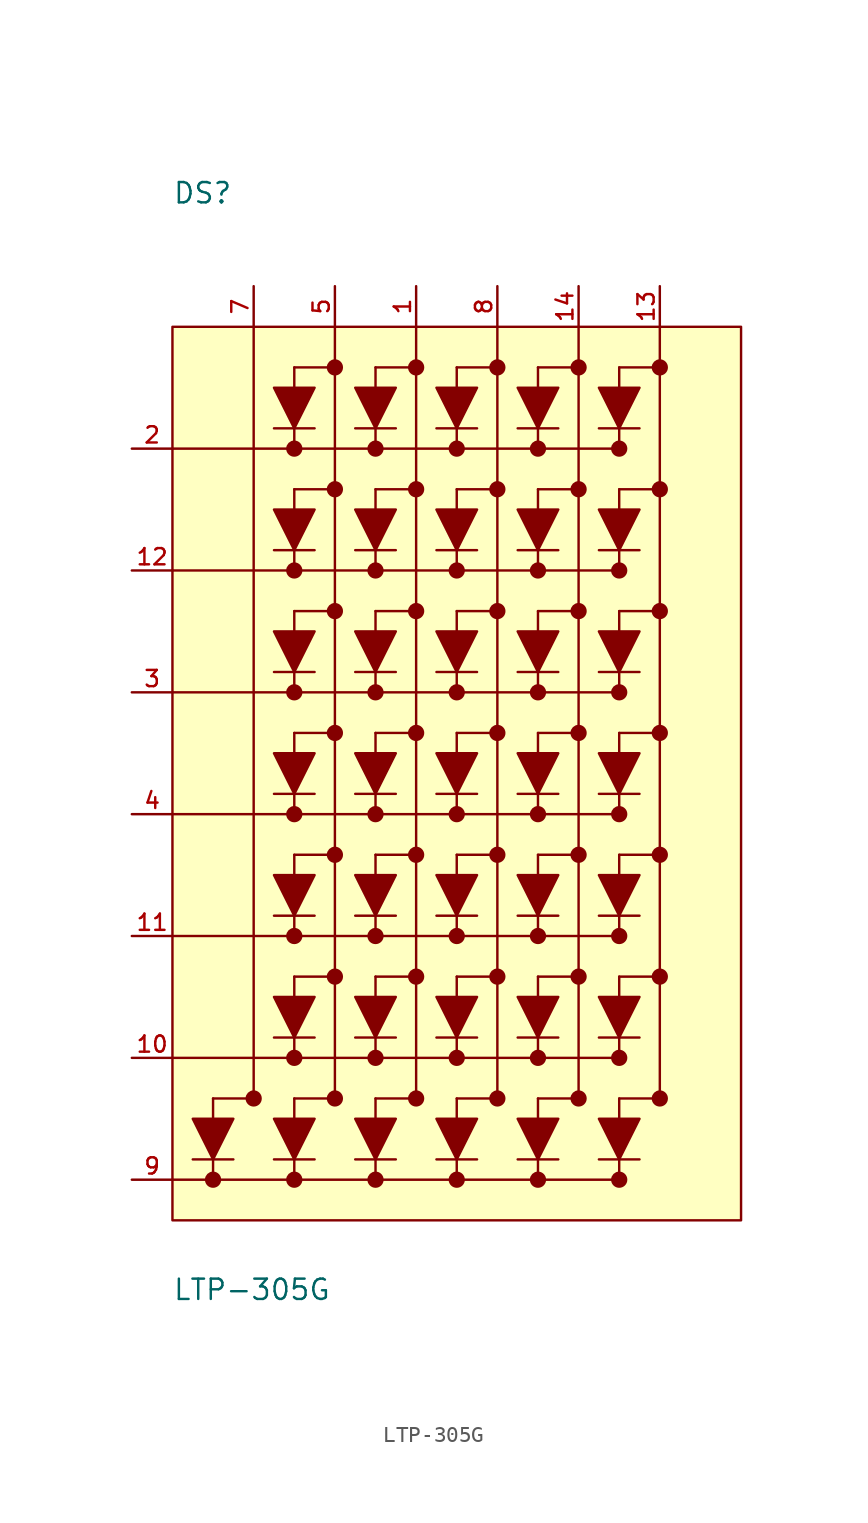
<source format=kicad_sym>
(kicad_symbol_lib
  (version 20220914)
  (generator kicad_symbol_editor)
  (symbol "LTP-305G"
    (pin_names
      (offset 1.016))
    (property "Reference" "DS"
      (at -17.78 35.56 0)
      (effects (font (size 1.27 1.27)) (justify left bottom)))
    (property "Value" "LTP-305G"
      (at -17.78 -33.02 0)
      (effects (font (size 1.27 1.27)) (justify left bottom)))
    (symbol "LTP-305G_0_0"
      (rectangle (start -17.78 -27.94) (end 17.78 27.94) (stroke (width 0.152) (type default)) (fill (type background)))
      (circle (center -15.24 -25.4) (radius 0.254) (stroke (width 0.508) (type default)) (fill (type none)))
      (circle (center -12.7 -20.32) (radius 0.254) (stroke (width 0.508) (type default)) (fill (type none)))
      (circle (center -10.16 -25.4) (radius 0.254) (stroke (width 0.508) (type default)) (fill (type none)))
      (circle (center -10.16 -17.78) (radius 0.254) (stroke (width 0.508) (type default)) (fill (type none)))
      (circle (center -10.16 -10.16) (radius 0.254) (stroke (width 0.508) (type default)) (fill (type none)))
      (circle (center -10.16 -2.54) (radius 0.254) (stroke (width 0.508) (type default)) (fill (type none)))
      (circle (center -10.16 5.08) (radius 0.254) (stroke (width 0.508) (type default)) (fill (type none)))
      (circle (center -10.16 12.7) (radius 0.254) (stroke (width 0.508) (type default)) (fill (type none)))
      (circle (center -10.16 20.32) (radius 0.254) (stroke (width 0.508) (type default)) (fill (type none)))
      (circle (center -7.62 -20.32) (radius 0.254) (stroke (width 0.508) (type default)) (fill (type none)))
      (circle (center -7.62 -12.7) (radius 0.254) (stroke (width 0.508) (type default)) (fill (type none)))
      (circle (center -7.62 -5.08) (radius 0.254) (stroke (width 0.508) (type default)) (fill (type none)))
      (circle (center -7.62 2.54) (radius 0.254) (stroke (width 0.508) (type default)) (fill (type none)))
      (circle (center -7.62 10.16) (radius 0.254) (stroke (width 0.508) (type default)) (fill (type none)))
      (circle (center -7.62 17.78) (radius 0.254) (stroke (width 0.508) (type default)) (fill (type none)))
      (circle (center -7.62 25.4) (radius 0.254) (stroke (width 0.508) (type default)) (fill (type none)))
      (circle (center -5.08 -25.4) (radius 0.254) (stroke (width 0.508) (type default)) (fill (type none)))
      (circle (center -5.08 -17.78) (radius 0.254) (stroke (width 0.508) (type default)) (fill (type none)))
      (circle (center -5.08 -10.16) (radius 0.254) (stroke (width 0.508) (type default)) (fill (type none)))
      (circle (center -5.08 -2.54) (radius 0.254) (stroke (width 0.508) (type default)) (fill (type none)))
      (circle (center -5.08 5.08) (radius 0.254) (stroke (width 0.508) (type default)) (fill (type none)))
      (circle (center -5.08 12.7) (radius 0.254) (stroke (width 0.508) (type default)) (fill (type none)))
      (circle (center -5.08 20.32) (radius 0.254) (stroke (width 0.508) (type default)) (fill (type none)))
      (circle (center -2.54 -20.32) (radius 0.254) (stroke (width 0.508) (type default)) (fill (type none)))
      (circle (center -2.54 -12.7) (radius 0.254) (stroke (width 0.508) (type default)) (fill (type none)))
      (circle (center -2.54 -5.08) (radius 0.254) (stroke (width 0.508) (type default)) (fill (type none)))
      (circle (center -2.54 2.54) (radius 0.254) (stroke (width 0.508) (type default)) (fill (type none)))
      (circle (center -2.54 10.16) (radius 0.254) (stroke (width 0.508) (type default)) (fill (type none)))
      (circle (center -2.54 17.78) (radius 0.254) (stroke (width 0.508) (type default)) (fill (type none)))
      (circle (center -2.54 25.4) (radius 0.254) (stroke (width 0.508) (type default)) (fill (type none)))
      (circle (center 0 -25.4) (radius 0.254) (stroke (width 0.508) (type default)) (fill (type none)))
      (circle (center 0 -17.78) (radius 0.254) (stroke (width 0.508) (type default)) (fill (type none)))
      (circle (center 0 -10.16) (radius 0.254) (stroke (width 0.508) (type default)) (fill (type none)))
      (circle (center 0 -2.54) (radius 0.254) (stroke (width 0.508) (type default)) (fill (type none)))
      (polyline (pts (xy -17.78 -25.4) (xy -15.24 -25.4)) (stroke (width 0.152) (type default)) (fill (type none)))
      (polyline (pts (xy -17.78 -17.78) (xy 10.16 -17.78)) (stroke (width 0.152) (type default)) (fill (type none)))
      (polyline (pts (xy -17.78 -10.16) (xy 10.16 -10.16)) (stroke (width 0.152) (type default)) (fill (type none)))
      (polyline (pts (xy -17.78 -2.54) (xy 10.16 -2.54)) (stroke (width 0.152) (type default)) (fill (type none)))
      (polyline (pts (xy -17.78 5.08) (xy 10.16 5.08)) (stroke (width 0.152) (type default)) (fill (type none)))
      (polyline (pts (xy -17.78 12.7) (xy 10.16 12.7)) (stroke (width 0.152) (type default)) (fill (type none)))
      (polyline (pts (xy -17.78 20.32) (xy 10.16 20.32)) (stroke (width 0.152) (type default)) (fill (type none)))
      (polyline (pts (xy -16.51 -24.13) (xy -13.97 -24.13)) (stroke (width 0.152) (type default)) (fill (type none)))
      (polyline (pts (xy -15.24 -25.4) (xy -15.24 -20.32)) (stroke (width 0.152) (type default)) (fill (type none)))
      (polyline (pts (xy -15.24 -25.4) (xy 10.16 -25.4)) (stroke (width 0.152) (type default)) (fill (type none)))
      (polyline (pts (xy -12.7 -20.32) (xy -15.24 -20.32)) (stroke (width 0.152) (type default)) (fill (type none)))
      (polyline (pts (xy -12.7 27.94) (xy -12.7 -20.32)) (stroke (width 0.152) (type default)) (fill (type none)))
      (polyline (pts (xy -11.43 -24.13) (xy -8.89 -24.13)) (stroke (width 0.152) (type default)) (fill (type none)))
      (polyline (pts (xy -11.43 -16.51) (xy -8.89 -16.51)) (stroke (width 0.152) (type default)) (fill (type none)))
      (polyline (pts (xy -11.43 -8.89) (xy -8.89 -8.89)) (stroke (width 0.152) (type default)) (fill (type none)))
      (polyline (pts (xy -11.43 -1.27) (xy -8.89 -1.27)) (stroke (width 0.152) (type default)) (fill (type none)))
      (polyline (pts (xy -11.43 6.35) (xy -8.89 6.35)) (stroke (width 0.152) (type default)) (fill (type none)))
      (polyline (pts (xy -11.43 13.97) (xy -8.89 13.97)) (stroke (width 0.152) (type default)) (fill (type none)))
      (polyline (pts (xy -11.43 21.59) (xy -8.89 21.59)) (stroke (width 0.152) (type default)) (fill (type none)))
      (polyline (pts (xy -10.16 -25.4) (xy -10.16 -20.32)) (stroke (width 0.152) (type default)) (fill (type none)))
      (polyline (pts (xy -10.16 -17.78) (xy -10.16 -12.7)) (stroke (width 0.152) (type default)) (fill (type none)))
      (polyline (pts (xy -10.16 -10.16) (xy -10.16 -5.08)) (stroke (width 0.152) (type default)) (fill (type none)))
      (polyline (pts (xy -10.16 -2.54) (xy -10.16 2.54)) (stroke (width 0.152) (type default)) (fill (type none)))
      (polyline (pts (xy -10.16 5.08) (xy -10.16 10.16)) (stroke (width 0.152) (type default)) (fill (type none)))
      (polyline (pts (xy -10.16 12.7) (xy -10.16 17.78)) (stroke (width 0.152) (type default)) (fill (type none)))
      (polyline (pts (xy -10.16 20.32) (xy -10.16 25.4)) (stroke (width 0.152) (type default)) (fill (type none)))
      (polyline (pts (xy -7.62 -20.32) (xy -10.16 -20.32)) (stroke (width 0.152) (type default)) (fill (type none)))
      (polyline (pts (xy -7.62 -12.7) (xy -10.16 -12.7)) (stroke (width 0.152) (type default)) (fill (type none)))
      (polyline (pts (xy -7.62 -5.08) (xy -10.16 -5.08)) (stroke (width 0.152) (type default)) (fill (type none)))
      (polyline (pts (xy -7.62 2.54) (xy -10.16 2.54)) (stroke (width 0.152) (type default)) (fill (type none)))
      (polyline (pts (xy -7.62 10.16) (xy -10.16 10.16)) (stroke (width 0.152) (type default)) (fill (type none)))
      (polyline (pts (xy -7.62 17.78) (xy -10.16 17.78)) (stroke (width 0.152) (type default)) (fill (type none)))
      (polyline (pts (xy -7.62 25.4) (xy -10.16 25.4)) (stroke (width 0.152) (type default)) (fill (type none)))
      (polyline (pts (xy -7.62 25.4) (xy -7.62 -20.32)) (stroke (width 0.152) (type default)) (fill (type none)))
      (polyline (pts (xy -7.62 27.94) (xy -7.62 25.4)) (stroke (width 0.152) (type default)) (fill (type none)))
      (polyline (pts (xy -6.35 -24.13) (xy -3.81 -24.13)) (stroke (width 0.152) (type default)) (fill (type none)))
      (polyline (pts (xy -6.35 -16.51) (xy -3.81 -16.51)) (stroke (width 0.152) (type default)) (fill (type none)))
      (polyline (pts (xy -6.35 -8.89) (xy -3.81 -8.89)) (stroke (width 0.152) (type default)) (fill (type none)))
      (polyline (pts (xy -6.35 -1.27) (xy -3.81 -1.27)) (stroke (width 0.152) (type default)) (fill (type none)))
      (polyline (pts (xy -6.35 6.35) (xy -3.81 6.35)) (stroke (width 0.152) (type default)) (fill (type none)))
      (polyline (pts (xy -6.35 13.97) (xy -3.81 13.97)) (stroke (width 0.152) (type default)) (fill (type none)))
      (polyline (pts (xy -6.35 21.59) (xy -3.81 21.59)) (stroke (width 0.152) (type default)) (fill (type none)))
      (polyline (pts (xy -5.08 -25.4) (xy -5.08 -20.32)) (stroke (width 0.152) (type default)) (fill (type none)))
      (polyline (pts (xy -5.08 -17.78) (xy -5.08 -12.7)) (stroke (width 0.152) (type default)) (fill (type none)))
      (polyline (pts (xy -5.08 -10.16) (xy -5.08 -5.08)) (stroke (width 0.152) (type default)) (fill (type none)))
      (polyline (pts (xy -5.08 -2.54) (xy -5.08 2.54)) (stroke (width 0.152) (type default)) (fill (type none)))
      (polyline (pts (xy -5.08 5.08) (xy -5.08 10.16)) (stroke (width 0.152) (type default)) (fill (type none)))
      (polyline (pts (xy -5.08 12.7) (xy -5.08 17.78)) (stroke (width 0.152) (type default)) (fill (type none)))
      (polyline (pts (xy -5.08 20.32) (xy -5.08 25.4)) (stroke (width 0.152) (type default)) (fill (type none)))
      (polyline (pts (xy -2.54 -20.32) (xy -5.08 -20.32)) (stroke (width 0.152) (type default)) (fill (type none)))
      (polyline (pts (xy -2.54 -12.7) (xy -5.08 -12.7)) (stroke (width 0.152) (type default)) (fill (type none)))
      (polyline (pts (xy -2.54 -5.08) (xy -5.08 -5.08)) (stroke (width 0.152) (type default)) (fill (type none)))
      (polyline (pts (xy -2.54 2.54) (xy -5.08 2.54)) (stroke (width 0.152) (type default)) (fill (type none)))
      (polyline (pts (xy -2.54 10.16) (xy -5.08 10.16)) (stroke (width 0.152) (type default)) (fill (type none)))
      (polyline (pts (xy -2.54 17.78) (xy -5.08 17.78)) (stroke (width 0.152) (type default)) (fill (type none)))
      (polyline (pts (xy -2.54 25.4) (xy -5.08 25.4)) (stroke (width 0.152) (type default)) (fill (type none)))
      (polyline (pts (xy -2.54 27.94) (xy -2.54 -20.32)) (stroke (width 0.152) (type default)) (fill (type none)))
      (polyline (pts (xy -1.27 -24.13) (xy 1.27 -24.13)) (stroke (width 0.152) (type default)) (fill (type none)))
      (polyline (pts (xy -1.27 -16.51) (xy 1.27 -16.51)) (stroke (width 0.152) (type default)) (fill (type none)))
      (polyline (pts (xy -1.27 -8.89) (xy 1.27 -8.89)) (stroke (width 0.152) (type default)) (fill (type none)))
      (polyline (pts (xy -1.27 -1.27) (xy 1.27 -1.27)) (stroke (width 0.152) (type default)) (fill (type none)))
      (polyline (pts (xy -1.27 6.35) (xy 1.27 6.35)) (stroke (width 0.152) (type default)) (fill (type none)))
      (polyline (pts (xy -1.27 13.97) (xy 1.27 13.97)) (stroke (width 0.152) (type default)) (fill (type none)))
      (polyline (pts (xy -1.27 21.59) (xy 1.27 21.59)) (stroke (width 0.152) (type default)) (fill (type none)))
      (polyline (pts (xy 0 -25.4) (xy 0 -20.32)) (stroke (width 0.152) (type default)) (fill (type none)))
      (polyline (pts (xy 0 -17.78) (xy 0 -12.7)) (stroke (width 0.152) (type default)) (fill (type none)))
      (polyline (pts (xy 0 -10.16) (xy 0 -5.08)) (stroke (width 0.152) (type default)) (fill (type none)))
      (polyline (pts (xy 0 -2.54) (xy 0 2.54)) (stroke (width 0.152) (type default)) (fill (type none)))
      (polyline (pts (xy 0 5.08) (xy 0 10.16)) (stroke (width 0.152) (type default)) (fill (type none)))
      (polyline (pts (xy 0 12.7) (xy 0 17.78)) (stroke (width 0.152) (type default)) (fill (type none)))
      (polyline (pts (xy 0 20.32) (xy 0 25.4)) (stroke (width 0.152) (type default)) (fill (type none)))
      (polyline (pts (xy 2.54 -20.32) (xy 0 -20.32)) (stroke (width 0.152) (type default)) (fill (type none)))
      (polyline (pts (xy 2.54 -12.7) (xy 0 -12.7)) (stroke (width 0.152) (type default)) (fill (type none)))
      (polyline (pts (xy 2.54 -5.08) (xy 0 -5.08)) (stroke (width 0.152) (type default)) (fill (type none)))
      (polyline (pts (xy 2.54 2.54) (xy 0 2.54)) (stroke (width 0.152) (type default)) (fill (type none)))
      (polyline (pts (xy 2.54 10.16) (xy 0 10.16)) (stroke (width 0.152) (type default)) (fill (type none)))
      (polyline (pts (xy 2.54 17.78) (xy 0 17.78)) (stroke (width 0.152) (type default)) (fill (type none)))
      (polyline (pts (xy 2.54 25.4) (xy 0 25.4)) (stroke (width 0.152) (type default)) (fill (type none)))
      (polyline (pts (xy 2.54 27.94) (xy 2.54 -20.32)) (stroke (width 0.152) (type default)) (fill (type none)))
      (polyline (pts (xy 3.81 -24.13) (xy 6.35 -24.13)) (stroke (width 0.152) (type default)) (fill (type none)))
      (polyline (pts (xy 3.81 -16.51) (xy 6.35 -16.51)) (stroke (width 0.152) (type default)) (fill (type none)))
      (polyline (pts (xy 3.81 -8.89) (xy 6.35 -8.89)) (stroke (width 0.152) (type default)) (fill (type none)))
      (polyline (pts (xy 3.81 -1.27) (xy 6.35 -1.27)) (stroke (width 0.152) (type default)) (fill (type none)))
      (polyline (pts (xy 3.81 6.35) (xy 6.35 6.35)) (stroke (width 0.152) (type default)) (fill (type none)))
      (polyline (pts (xy 3.81 13.97) (xy 6.35 13.97)) (stroke (width 0.152) (type default)) (fill (type none)))
      (polyline (pts (xy 3.81 21.59) (xy 6.35 21.59)) (stroke (width 0.152) (type default)) (fill (type none)))
      (polyline (pts (xy 5.08 -25.4) (xy 5.08 -20.32)) (stroke (width 0.152) (type default)) (fill (type none)))
      (polyline (pts (xy 5.08 -17.78) (xy 5.08 -12.7)) (stroke (width 0.152) (type default)) (fill (type none)))
      (polyline (pts (xy 5.08 -10.16) (xy 5.08 -5.08)) (stroke (width 0.152) (type default)) (fill (type none)))
      (polyline (pts (xy 5.08 -2.54) (xy 5.08 2.54)) (stroke (width 0.152) (type default)) (fill (type none)))
      (polyline (pts (xy 5.08 5.08) (xy 5.08 10.16)) (stroke (width 0.152) (type default)) (fill (type none)))
      (polyline (pts (xy 5.08 12.7) (xy 5.08 17.78)) (stroke (width 0.152) (type default)) (fill (type none)))
      (polyline (pts (xy 5.08 20.32) (xy 5.08 25.4)) (stroke (width 0.152) (type default)) (fill (type none)))
      (polyline (pts (xy 7.62 -20.32) (xy 5.08 -20.32)) (stroke (width 0.152) (type default)) (fill (type none)))
      (polyline (pts (xy 7.62 -12.7) (xy 5.08 -12.7)) (stroke (width 0.152) (type default)) (fill (type none)))
      (polyline (pts (xy 7.62 -5.08) (xy 5.08 -5.08)) (stroke (width 0.152) (type default)) (fill (type none)))
      (polyline (pts (xy 7.62 2.54) (xy 5.08 2.54)) (stroke (width 0.152) (type default)) (fill (type none)))
      (polyline (pts (xy 7.62 10.16) (xy 5.08 10.16)) (stroke (width 0.152) (type default)) (fill (type none)))
      (polyline (pts (xy 7.62 17.78) (xy 5.08 17.78)) (stroke (width 0.152) (type default)) (fill (type none)))
      (polyline (pts (xy 7.62 25.4) (xy 5.08 25.4)) (stroke (width 0.152) (type default)) (fill (type none)))
      (polyline (pts (xy 7.62 27.94) (xy 7.62 -20.32)) (stroke (width 0.152) (type default)) (fill (type none)))
      (polyline (pts (xy 8.89 -24.13) (xy 11.43 -24.13)) (stroke (width 0.152) (type default)) (fill (type none)))
      (polyline (pts (xy 8.89 -16.51) (xy 11.43 -16.51)) (stroke (width 0.152) (type default)) (fill (type none)))
      (polyline (pts (xy 8.89 -8.89) (xy 11.43 -8.89)) (stroke (width 0.152) (type default)) (fill (type none)))
      (polyline (pts (xy 8.89 -1.27) (xy 11.43 -1.27)) (stroke (width 0.152) (type default)) (fill (type none)))
      (polyline (pts (xy 8.89 6.35) (xy 11.43 6.35)) (stroke (width 0.152) (type default)) (fill (type none)))
      (polyline (pts (xy 8.89 13.97) (xy 11.43 13.97)) (stroke (width 0.152) (type default)) (fill (type none)))
      (polyline (pts (xy 8.89 21.59) (xy 11.43 21.59)) (stroke (width 0.152) (type default)) (fill (type none)))
      (polyline (pts (xy 10.16 -25.4) (xy 10.16 -20.32)) (stroke (width 0.152) (type default)) (fill (type none)))
      (polyline (pts (xy 10.16 -17.78) (xy 10.16 -12.7)) (stroke (width 0.152) (type default)) (fill (type none)))
      (polyline (pts (xy 10.16 -10.16) (xy 10.16 -5.08)) (stroke (width 0.152) (type default)) (fill (type none)))
      (polyline (pts (xy 10.16 -2.54) (xy 10.16 2.54)) (stroke (width 0.152) (type default)) (fill (type none)))
      (polyline (pts (xy 10.16 5.08) (xy 10.16 10.16)) (stroke (width 0.152) (type default)) (fill (type none)))
      (polyline (pts (xy 10.16 12.7) (xy 10.16 17.78)) (stroke (width 0.152) (type default)) (fill (type none)))
      (polyline (pts (xy 10.16 20.32) (xy 10.16 25.4)) (stroke (width 0.152) (type default)) (fill (type none)))
      (polyline (pts (xy 12.7 -20.32) (xy 10.16 -20.32)) (stroke (width 0.152) (type default)) (fill (type none)))
      (polyline (pts (xy 12.7 -12.7) (xy 10.16 -12.7)) (stroke (width 0.152) (type default)) (fill (type none)))
      (polyline (pts (xy 12.7 -5.08) (xy 10.16 -5.08)) (stroke (width 0.152) (type default)) (fill (type none)))
      (polyline (pts (xy 12.7 2.54) (xy 10.16 2.54)) (stroke (width 0.152) (type default)) (fill (type none)))
      (polyline (pts (xy 12.7 10.16) (xy 10.16 10.16)) (stroke (width 0.152) (type default)) (fill (type none)))
      (polyline (pts (xy 12.7 17.78) (xy 10.16 17.78)) (stroke (width 0.152) (type default)) (fill (type none)))
      (polyline (pts (xy 12.7 25.4) (xy 10.16 25.4)) (stroke (width 0.152) (type default)) (fill (type none)))
      (polyline (pts (xy 12.7 27.94) (xy 12.7 -20.32)) (stroke (width 0.152) (type default)) (fill (type none)))
      (polyline (pts (xy -16.51 -21.59) (xy -15.24 -24.13) (xy -13.97 -21.59) (xy -16.51 -21.59)) (stroke (width 0.152) (type default)) (fill (type outline)))
      (polyline (pts (xy -11.43 -21.59) (xy -10.16 -24.13) (xy -8.89 -21.59) (xy -11.43 -21.59)) (stroke (width 0.152) (type default)) (fill (type outline)))
      (polyline (pts (xy -11.43 -13.97) (xy -10.16 -16.51) (xy -8.89 -13.97) (xy -11.43 -13.97)) (stroke (width 0.152) (type default)) (fill (type outline)))
      (polyline (pts (xy -11.43 -6.35) (xy -10.16 -8.89) (xy -8.89 -6.35) (xy -11.43 -6.35)) (stroke (width 0.152) (type default)) (fill (type outline)))
      (polyline (pts (xy -11.43 1.27) (xy -10.16 -1.27) (xy -8.89 1.27) (xy -11.43 1.27)) (stroke (width 0.152) (type default)) (fill (type outline)))
      (polyline (pts (xy -11.43 8.89) (xy -10.16 6.35) (xy -8.89 8.89) (xy -11.43 8.89)) (stroke (width 0.152) (type default)) (fill (type outline)))
      (polyline (pts (xy -11.43 16.51) (xy -10.16 13.97) (xy -8.89 16.51) (xy -11.43 16.51)) (stroke (width 0.152) (type default)) (fill (type outline)))
      (polyline (pts (xy -11.43 24.13) (xy -10.16 21.59) (xy -8.89 24.13) (xy -11.43 24.13)) (stroke (width 0.152) (type default)) (fill (type outline)))
      (polyline (pts (xy -6.35 -21.59) (xy -5.08 -24.13) (xy -3.81 -21.59) (xy -6.35 -21.59)) (stroke (width 0.152) (type default)) (fill (type outline)))
      (polyline (pts (xy -6.35 -13.97) (xy -5.08 -16.51) (xy -3.81 -13.97) (xy -6.35 -13.97)) (stroke (width 0.152) (type default)) (fill (type outline)))
      (polyline (pts (xy -6.35 -6.35) (xy -5.08 -8.89) (xy -3.81 -6.35) (xy -6.35 -6.35)) (stroke (width 0.152) (type default)) (fill (type outline)))
      (polyline (pts (xy -6.35 1.27) (xy -5.08 -1.27) (xy -3.81 1.27) (xy -6.35 1.27)) (stroke (width 0.152) (type default)) (fill (type outline)))
      (polyline (pts (xy -6.35 8.89) (xy -5.08 6.35) (xy -3.81 8.89) (xy -6.35 8.89)) (stroke (width 0.152) (type default)) (fill (type outline)))
      (polyline (pts (xy -6.35 16.51) (xy -5.08 13.97) (xy -3.81 16.51) (xy -6.35 16.51)) (stroke (width 0.152) (type default)) (fill (type outline)))
      (polyline (pts (xy -6.35 24.13) (xy -5.08 21.59) (xy -3.81 24.13) (xy -6.35 24.13)) (stroke (width 0.152) (type default)) (fill (type outline)))
      (polyline (pts (xy -1.27 -21.59) (xy 0 -24.13) (xy 1.27 -21.59) (xy -1.27 -21.59)) (stroke (width 0.152) (type default)) (fill (type outline)))
      (polyline (pts (xy -1.27 -13.97) (xy 0 -16.51) (xy 1.27 -13.97) (xy -1.27 -13.97)) (stroke (width 0.152) (type default)) (fill (type outline)))
      (polyline (pts (xy -1.27 -6.35) (xy 0 -8.89) (xy 1.27 -6.35) (xy -1.27 -6.35)) (stroke (width 0.152) (type default)) (fill (type outline)))
      (polyline (pts (xy -1.27 1.27) (xy 0 -1.27) (xy 1.27 1.27) (xy -1.27 1.27)) (stroke (width 0.152) (type default)) (fill (type outline)))
      (polyline (pts (xy -1.27 8.89) (xy 0 6.35) (xy 1.27 8.89) (xy -1.27 8.89)) (stroke (width 0.152) (type default)) (fill (type outline)))
      (polyline (pts (xy -1.27 16.51) (xy 0 13.97) (xy 1.27 16.51) (xy -1.27 16.51)) (stroke (width 0.152) (type default)) (fill (type outline)))
      (polyline (pts (xy -1.27 24.13) (xy 0 21.59) (xy 1.27 24.13) (xy -1.27 24.13)) (stroke (width 0.152) (type default)) (fill (type outline)))
      (polyline (pts (xy 3.81 -21.59) (xy 5.08 -24.13) (xy 6.35 -21.59) (xy 3.81 -21.59)) (stroke (width 0.152) (type default)) (fill (type outline)))
      (polyline (pts (xy 3.81 -13.97) (xy 5.08 -16.51) (xy 6.35 -13.97) (xy 3.81 -13.97)) (stroke (width 0.152) (type default)) (fill (type outline)))
      (polyline (pts (xy 3.81 -6.35) (xy 5.08 -8.89) (xy 6.35 -6.35) (xy 3.81 -6.35)) (stroke (width 0.152) (type default)) (fill (type outline)))
      (polyline (pts (xy 3.81 1.27) (xy 5.08 -1.27) (xy 6.35 1.27) (xy 3.81 1.27)) (stroke (width 0.152) (type default)) (fill (type outline)))
      (polyline (pts (xy 3.81 8.89) (xy 5.08 6.35) (xy 6.35 8.89) (xy 3.81 8.89)) (stroke (width 0.152) (type default)) (fill (type outline)))
      (polyline (pts (xy 3.81 16.51) (xy 5.08 13.97) (xy 6.35 16.51) (xy 3.81 16.51)) (stroke (width 0.152) (type default)) (fill (type outline)))
      (polyline (pts (xy 3.81 24.13) (xy 5.08 21.59) (xy 6.35 24.13) (xy 3.81 24.13)) (stroke (width 0.152) (type default)) (fill (type outline)))
      (polyline (pts (xy 8.89 -21.59) (xy 10.16 -24.13) (xy 11.43 -21.59) (xy 8.89 -21.59)) (stroke (width 0.152) (type default)) (fill (type outline)))
      (polyline (pts (xy 8.89 -13.97) (xy 10.16 -16.51) (xy 11.43 -13.97) (xy 8.89 -13.97)) (stroke (width 0.152) (type default)) (fill (type outline)))
      (polyline (pts (xy 8.89 -6.35) (xy 10.16 -8.89) (xy 11.43 -6.35) (xy 8.89 -6.35)) (stroke (width 0.152) (type default)) (fill (type outline)))
      (polyline (pts (xy 8.89 1.27) (xy 10.16 -1.27) (xy 11.43 1.27) (xy 8.89 1.27)) (stroke (width 0.152) (type default)) (fill (type outline)))
      (polyline (pts (xy 8.89 8.89) (xy 10.16 6.35) (xy 11.43 8.89) (xy 8.89 8.89)) (stroke (width 0.152) (type default)) (fill (type outline)))
      (polyline (pts (xy 8.89 16.51) (xy 10.16 13.97) (xy 11.43 16.51) (xy 8.89 16.51)) (stroke (width 0.152) (type default)) (fill (type outline)))
      (polyline (pts (xy 8.89 24.13) (xy 10.16 21.59) (xy 11.43 24.13) (xy 8.89 24.13)) (stroke (width 0.152) (type default)) (fill (type outline)))
      (circle (center 0 5.08) (radius 0.254) (stroke (width 0.508) (type default)) (fill (type none)))
      (circle (center 0 12.7) (radius 0.254) (stroke (width 0.508) (type default)) (fill (type none)))
      (circle (center 0 20.32) (radius 0.254) (stroke (width 0.508) (type default)) (fill (type none)))
      (circle (center 2.54 -20.32) (radius 0.254) (stroke (width 0.508) (type default)) (fill (type none)))
      (circle (center 2.54 -12.7) (radius 0.254) (stroke (width 0.508) (type default)) (fill (type none)))
      (circle (center 2.54 -5.08) (radius 0.254) (stroke (width 0.508) (type default)) (fill (type none)))
      (circle (center 2.54 2.54) (radius 0.254) (stroke (width 0.508) (type default)) (fill (type none)))
      (circle (center 2.54 10.16) (radius 0.254) (stroke (width 0.508) (type default)) (fill (type none)))
      (circle (center 2.54 17.78) (radius 0.254) (stroke (width 0.508) (type default)) (fill (type none)))
      (circle (center 2.54 25.4) (radius 0.254) (stroke (width 0.508) (type default)) (fill (type none)))
      (circle (center 5.08 -25.4) (radius 0.254) (stroke (width 0.508) (type default)) (fill (type none)))
      (circle (center 5.08 -17.78) (radius 0.254) (stroke (width 0.508) (type default)) (fill (type none)))
      (circle (center 5.08 -10.16) (radius 0.254) (stroke (width 0.508) (type default)) (fill (type none)))
      (circle (center 5.08 -2.54) (radius 0.254) (stroke (width 0.508) (type default)) (fill (type none)))
      (circle (center 5.08 5.08) (radius 0.254) (stroke (width 0.508) (type default)) (fill (type none)))
      (circle (center 5.08 12.7) (radius 0.254) (stroke (width 0.508) (type default)) (fill (type none)))
      (circle (center 5.08 20.32) (radius 0.254) (stroke (width 0.508) (type default)) (fill (type none)))
      (circle (center 7.62 -20.32) (radius 0.254) (stroke (width 0.508) (type default)) (fill (type none)))
      (circle (center 7.62 -12.7) (radius 0.254) (stroke (width 0.508) (type default)) (fill (type none)))
      (circle (center 7.62 -5.08) (radius 0.254) (stroke (width 0.508) (type default)) (fill (type none)))
      (circle (center 7.62 2.54) (radius 0.254) (stroke (width 0.508) (type default)) (fill (type none)))
      (circle (center 7.62 10.16) (radius 0.254) (stroke (width 0.508) (type default)) (fill (type none)))
      (circle (center 7.62 17.78) (radius 0.254) (stroke (width 0.508) (type default)) (fill (type none)))
      (circle (center 7.62 25.4) (radius 0.254) (stroke (width 0.508) (type default)) (fill (type none)))
      (circle (center 10.16 -25.4) (radius 0.254) (stroke (width 0.508) (type default)) (fill (type none)))
      (circle (center 10.16 -17.78) (radius 0.254) (stroke (width 0.508) (type default)) (fill (type none)))
      (circle (center 10.16 -10.16) (radius 0.254) (stroke (width 0.508) (type default)) (fill (type none)))
      (circle (center 10.16 -2.54) (radius 0.254) (stroke (width 0.508) (type default)) (fill (type none)))
      (circle (center 10.16 5.08) (radius 0.254) (stroke (width 0.508) (type default)) (fill (type none)))
      (circle (center 10.16 12.7) (radius 0.254) (stroke (width 0.508) (type default)) (fill (type none)))
      (circle (center 10.16 20.32) (radius 0.254) (stroke (width 0.508) (type default)) (fill (type none)))
      (circle (center 12.7 -20.32) (radius 0.254) (stroke (width 0.508) (type default)) (fill (type none)))
      (circle (center 12.7 -12.7) (radius 0.254) (stroke (width 0.508) (type default)) (fill (type none)))
      (circle (center 12.7 -5.08) (radius 0.254) (stroke (width 0.508) (type default)) (fill (type none)))
      (circle (center 12.7 2.54) (radius 0.254) (stroke (width 0.508) (type default)) (fill (type none)))
      (circle (center 12.7 10.16) (radius 0.254) (stroke (width 0.508) (type default)) (fill (type none)))
      (circle (center 12.7 17.78) (radius 0.254) (stroke (width 0.508) (type default)) (fill (type none)))
      (circle (center 12.7 25.4) (radius 0.254) (stroke (width 0.508) (type default)) (fill (type none)))
      (pin passive line (at -2.54 30.48 270) (length 2.54) (name "~" (effects (font (size 1.016 1.016)))) (number "1" (effects (font (size 1.016 1.016)))))
      (pin passive line (at -20.32 -17.78 0) (length 2.54) (name "~" (effects (font (size 1.016 1.016)))) (number "10" (effects (font (size 1.016 1.016)))))
      (pin passive line (at -20.32 -10.16 0) (length 2.54) (name "~" (effects (font (size 1.016 1.016)))) (number "11" (effects (font (size 1.016 1.016)))))
      (pin passive line (at -20.32 12.7 0) (length 2.54) (name "~" (effects (font (size 1.016 1.016)))) (number "12" (effects (font (size 1.016 1.016)))))
      (pin passive line (at 12.7 30.48 270) (length 2.54) (name "~" (effects (font (size 1.016 1.016)))) (number "13" (effects (font (size 1.016 1.016)))))
      (pin passive line (at 7.62 30.48 270) (length 2.54) (name "~" (effects (font (size 1.016 1.016)))) (number "14" (effects (font (size 1.016 1.016)))))
      (pin passive line (at -20.32 20.32 0) (length 2.54) (name "~" (effects (font (size 1.016 1.016)))) (number "2" (effects (font (size 1.016 1.016)))))
      (pin passive line (at -20.32 5.08 0) (length 2.54) (name "~" (effects (font (size 1.016 1.016)))) (number "3" (effects (font (size 1.016 1.016)))))
      (pin passive line (at -20.32 -2.54 0) (length 2.54) (name "~" (effects (font (size 1.016 1.016)))) (number "4" (effects (font (size 1.016 1.016)))))
      (pin passive line (at -7.62 30.48 270) (length 2.54) (name "~" (effects (font (size 1.016 1.016)))) (number "5" (effects (font (size 1.016 1.016)))))
      (pin passive line (at -12.7 30.48 270) (length 2.54) (name "~" (effects (font (size 1.016 1.016)))) (number "7" (effects (font (size 1.016 1.016)))))
      (pin passive line (at 2.54 30.48 270) (length 2.54) (name "~" (effects (font (size 1.016 1.016)))) (number "8" (effects (font (size 1.016 1.016)))))
      (pin passive line (at -20.32 -25.4 0) (length 2.54) (name "~" (effects (font (size 1.016 1.016)))) (number "9" (effects (font (size 1.016 1.016))))))))
</source>
